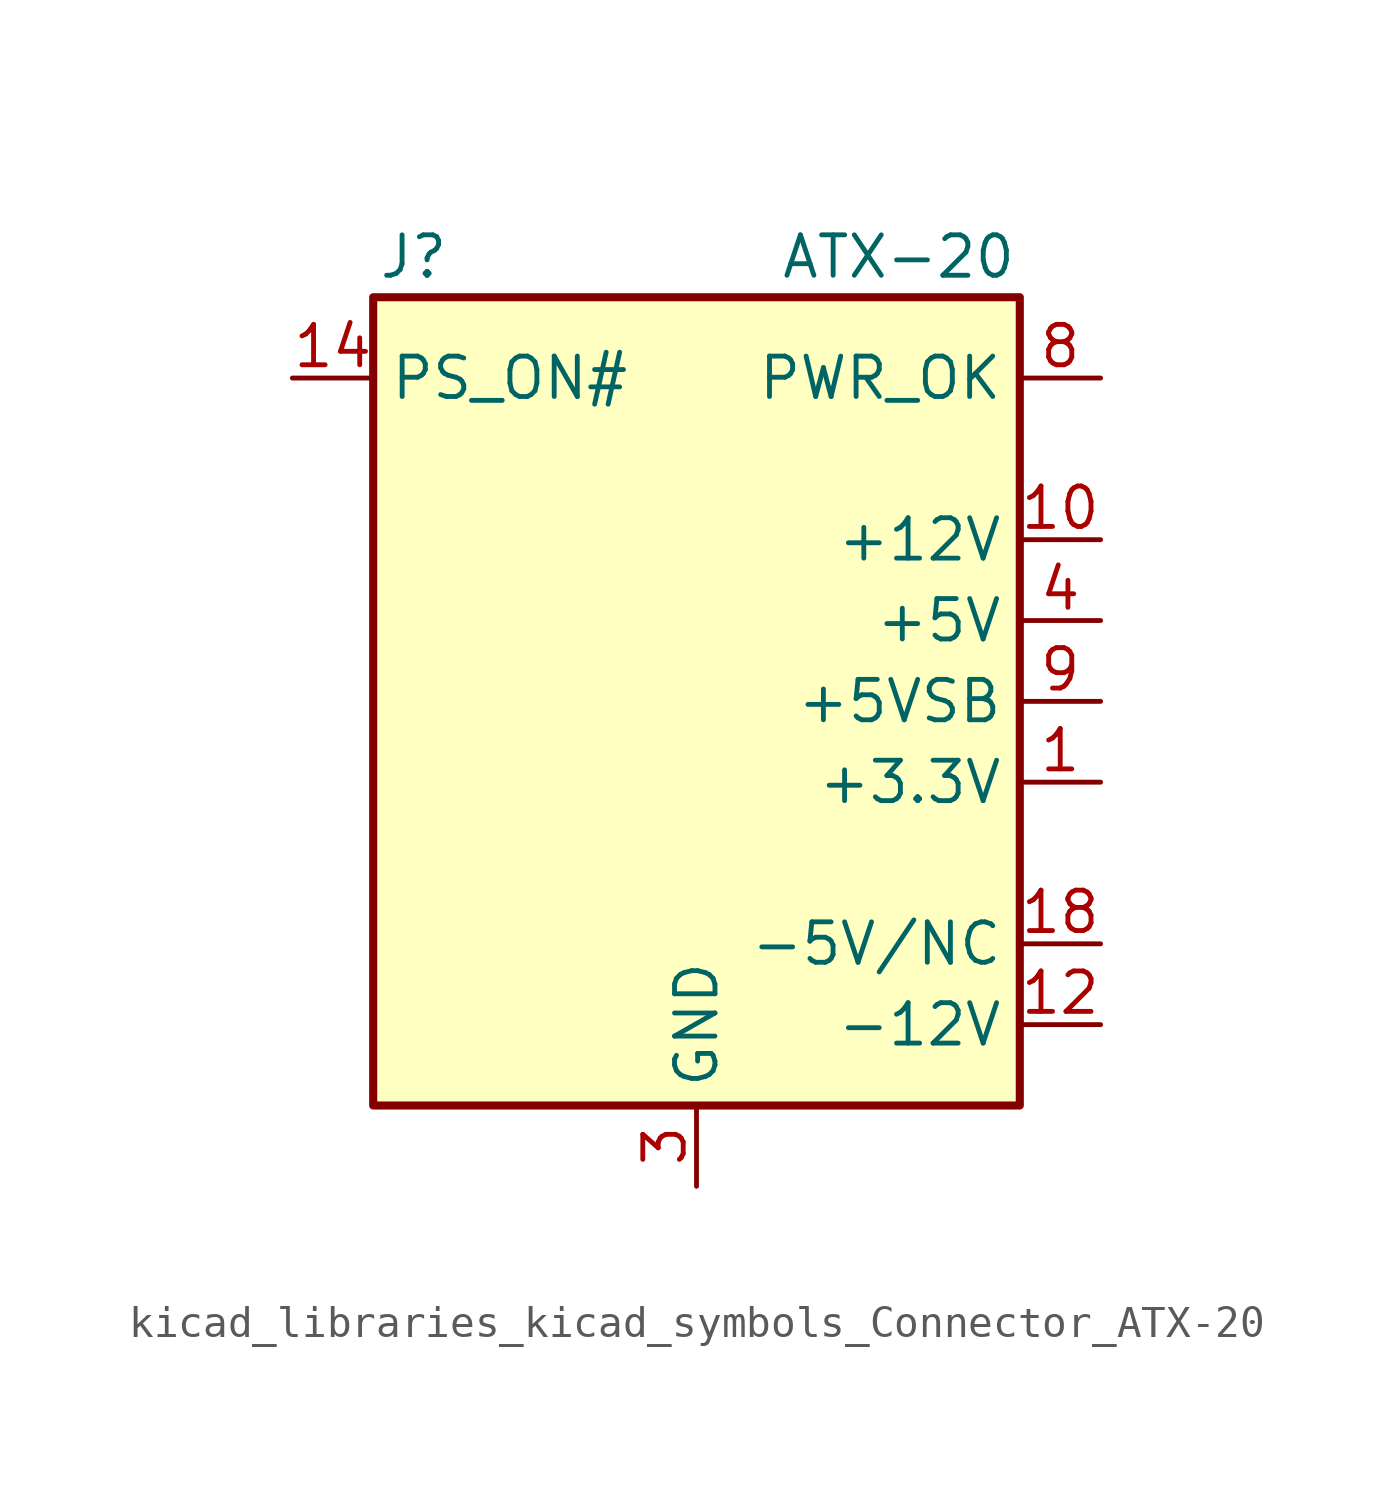
<source format=kicad_sym>
(kicad_symbol_lib
  (version 20220914)
  (generator kicad_symbol_editor)
  (symbol "kicad_libraries_kicad_symbols_Connector_ATX-20"
    (property "Reference" "J"
      (at -8.89 13.97 0)
      (effects (font (size 1.27 1.27))))
    (property "Value" "ATX-20"
      (at 6.35 13.97 0)
      (effects (font (size 1.27 1.27))))
    (symbol "kicad_libraries_kicad_symbols_Connector_ATX-20_0_1"
      (rectangle (start -10.16 12.7) (end 10.16 -12.7) (stroke (width 0.254) (type default)) (fill (type background))))
    (symbol "kicad_libraries_kicad_symbols_Connector_ATX-20_1_1"
      (pin power_out line (at 12.7 -2.54 180) (length 2.54) (name "+3.3V" (effects (font (size 1.27 1.27)))) (number "1" (effects (font (size 1.27 1.27)))))
      (pin power_out line (at 12.7 5.08 180) (length 2.54) (name "+12V" (effects (font (size 1.27 1.27)))) (number "10" (effects (font (size 1.27 1.27)))))
      (pin passive line (at 12.7 -2.54 180) (length 2.54) hide (name "+3.3V" (effects (font (size 1.27 1.27)))) (number "11" (effects (font (size 1.27 1.27)))))
      (pin power_out line (at 12.7 -10.16 180) (length 2.54) (name "-12V" (effects (font (size 1.27 1.27)))) (number "12" (effects (font (size 1.27 1.27)))))
      (pin passive line (at 0 -15.24 90) (length 2.54) hide (name "GND" (effects (font (size 1.27 1.27)))) (number "13" (effects (font (size 1.27 1.27)))))
      (pin open_collector line (at -12.7 10.16 0) (length 2.54) (name "PS_ON#" (effects (font (size 1.27 1.27)))) (number "14" (effects (font (size 1.27 1.27)))))
      (pin passive line (at 0 -15.24 90) (length 2.54) hide (name "GND" (effects (font (size 1.27 1.27)))) (number "15" (effects (font (size 1.27 1.27)))))
      (pin passive line (at 0 -15.24 90) (length 2.54) hide (name "GND" (effects (font (size 1.27 1.27)))) (number "16" (effects (font (size 1.27 1.27)))))
      (pin passive line (at 0 -15.24 90) (length 2.54) hide (name "GND" (effects (font (size 1.27 1.27)))) (number "17" (effects (font (size 1.27 1.27)))))
      (pin power_out line (at 12.7 -7.62 180) (length 2.54) (name "-5V/NC" (effects (font (size 1.27 1.27)))) (number "18" (effects (font (size 1.27 1.27)))))
      (pin passive line (at 12.7 2.54 180) (length 2.54) hide (name "+5V" (effects (font (size 1.27 1.27)))) (number "19" (effects (font (size 1.27 1.27)))))
      (pin passive line (at 12.7 -2.54 180) (length 2.54) hide (name "+3.3V" (effects (font (size 1.27 1.27)))) (number "2" (effects (font (size 1.27 1.27)))))
      (pin passive line (at 12.7 2.54 180) (length 2.54) hide (name "+5V" (effects (font (size 1.27 1.27)))) (number "20" (effects (font (size 1.27 1.27)))))
      (pin power_out line (at 0 -15.24 90) (length 2.54) (name "GND" (effects (font (size 1.27 1.27)))) (number "3" (effects (font (size 1.27 1.27)))))
      (pin power_out line (at 12.7 2.54 180) (length 2.54) (name "+5V" (effects (font (size 1.27 1.27)))) (number "4" (effects (font (size 1.27 1.27)))))
      (pin passive line (at 0 -15.24 90) (length 2.54) hide (name "GND" (effects (font (size 1.27 1.27)))) (number "5" (effects (font (size 1.27 1.27)))))
      (pin passive line (at 12.7 2.54 180) (length 2.54) hide (name "+5V" (effects (font (size 1.27 1.27)))) (number "6" (effects (font (size 1.27 1.27)))))
      (pin passive line (at 0 -15.24 90) (length 2.54) hide (name "GND" (effects (font (size 1.27 1.27)))) (number "7" (effects (font (size 1.27 1.27)))))
      (pin output line (at 12.7 10.16 180) (length 2.54) (name "PWR_OK" (effects (font (size 1.27 1.27)))) (number "8" (effects (font (size 1.27 1.27)))))
      (pin power_out line (at 12.7 0 180) (length 2.54) (name "+5VSB" (effects (font (size 1.27 1.27)))) (number "9" (effects (font (size 1.27 1.27))))))))
</source>
